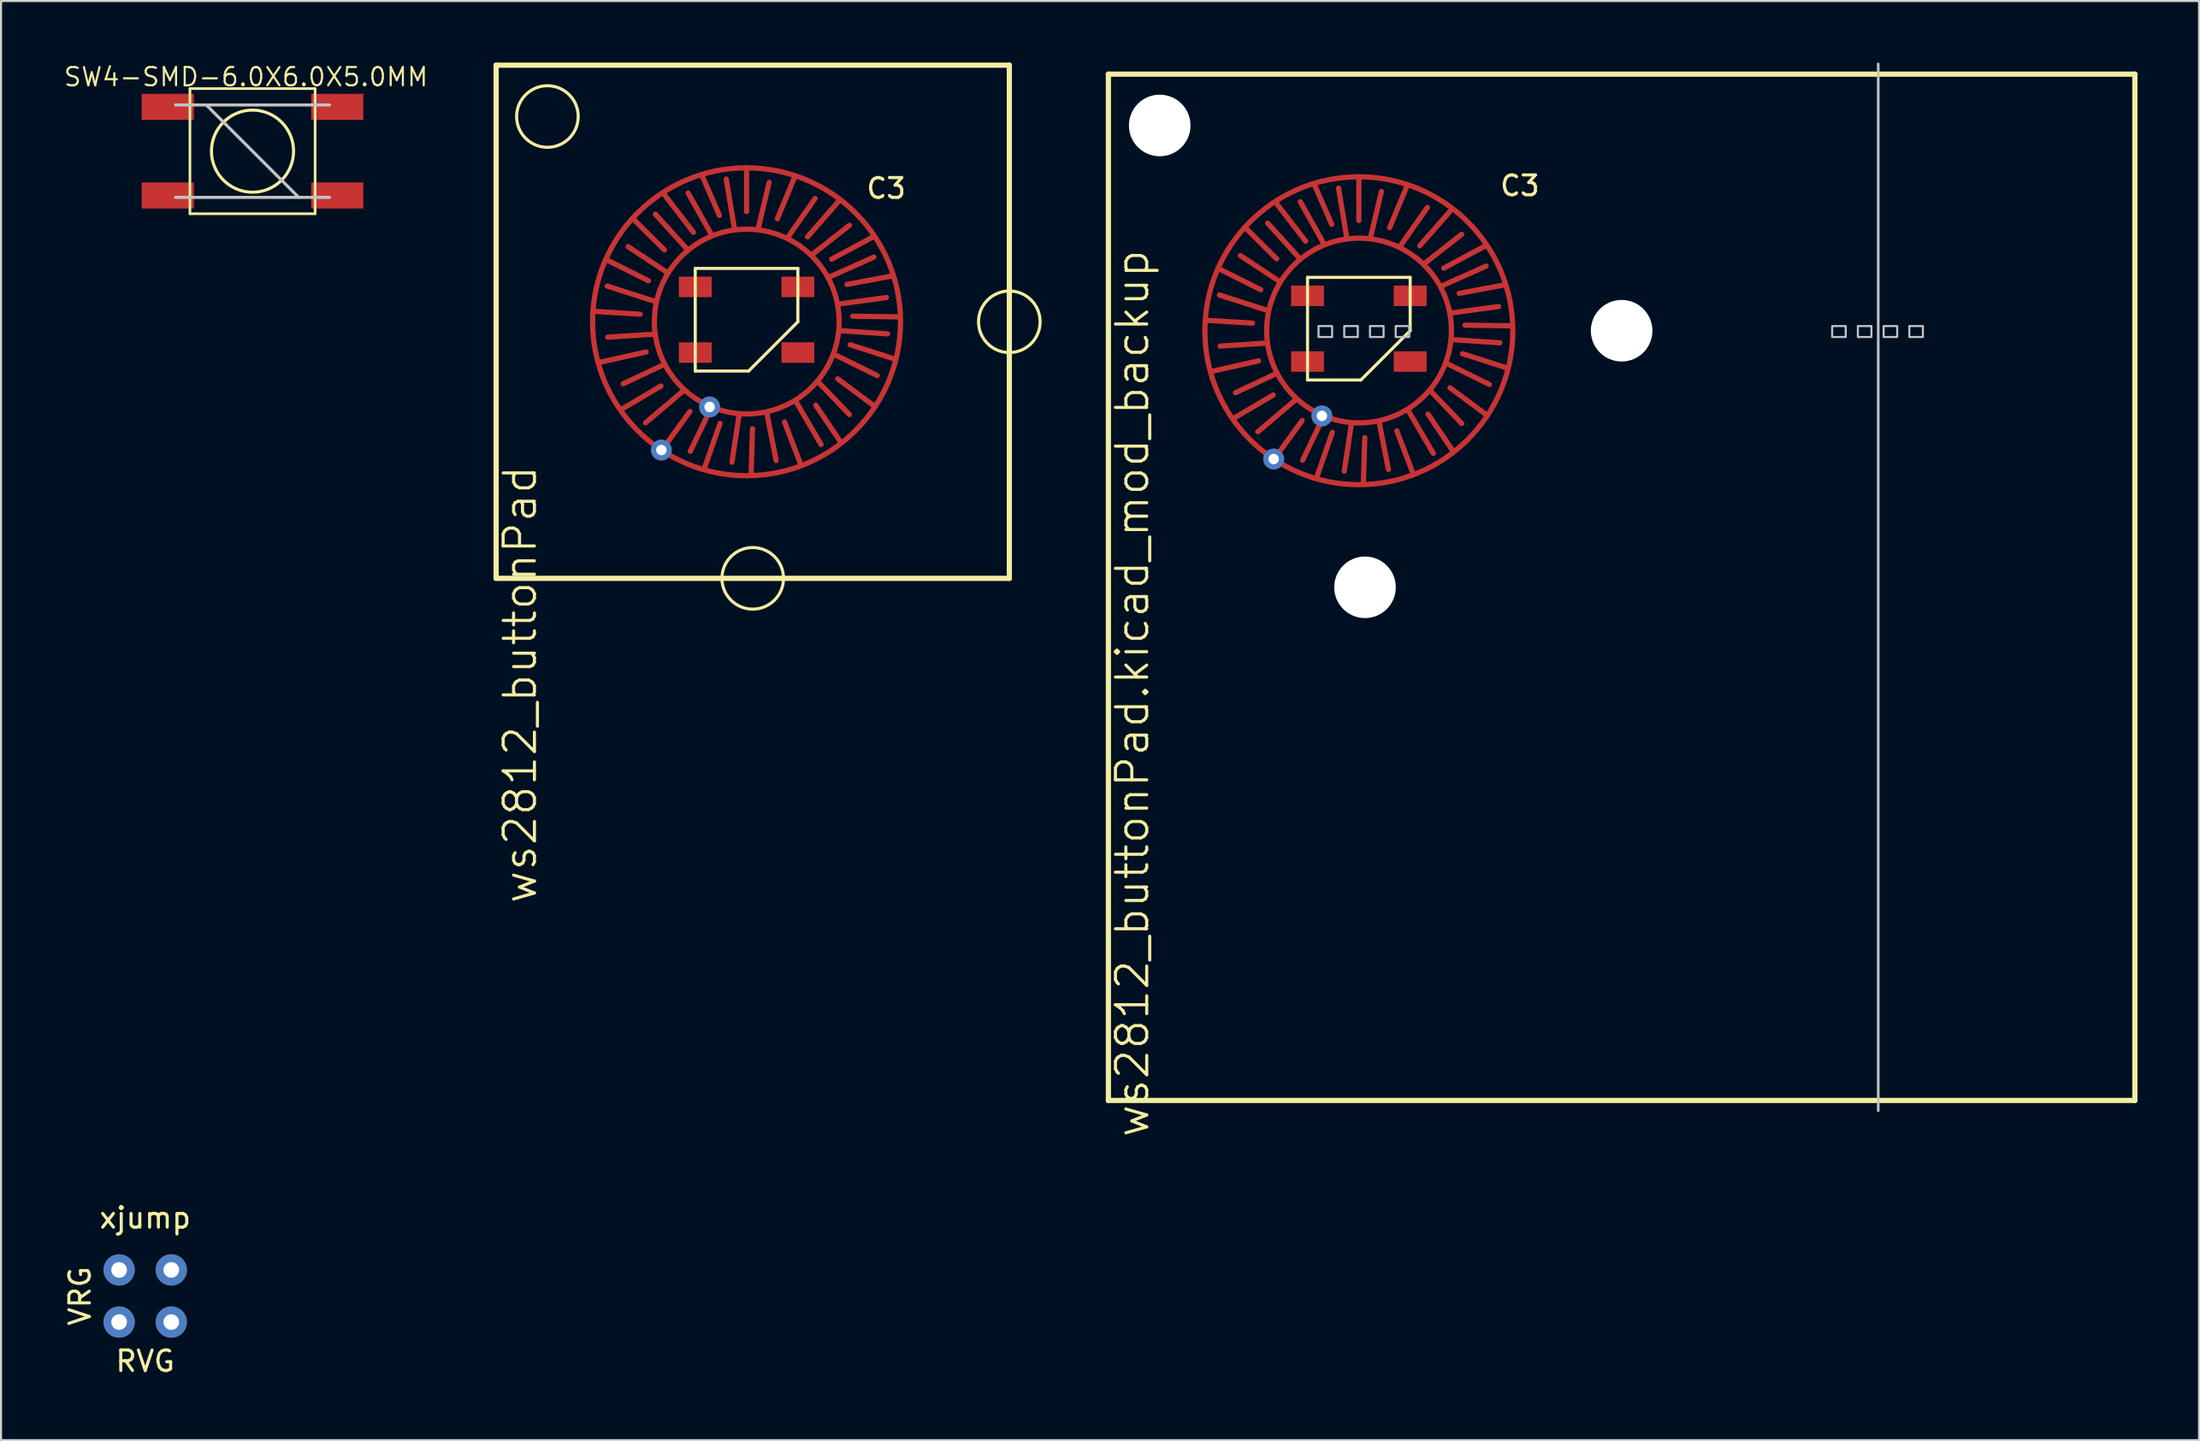
<source format=kicad_pcb>
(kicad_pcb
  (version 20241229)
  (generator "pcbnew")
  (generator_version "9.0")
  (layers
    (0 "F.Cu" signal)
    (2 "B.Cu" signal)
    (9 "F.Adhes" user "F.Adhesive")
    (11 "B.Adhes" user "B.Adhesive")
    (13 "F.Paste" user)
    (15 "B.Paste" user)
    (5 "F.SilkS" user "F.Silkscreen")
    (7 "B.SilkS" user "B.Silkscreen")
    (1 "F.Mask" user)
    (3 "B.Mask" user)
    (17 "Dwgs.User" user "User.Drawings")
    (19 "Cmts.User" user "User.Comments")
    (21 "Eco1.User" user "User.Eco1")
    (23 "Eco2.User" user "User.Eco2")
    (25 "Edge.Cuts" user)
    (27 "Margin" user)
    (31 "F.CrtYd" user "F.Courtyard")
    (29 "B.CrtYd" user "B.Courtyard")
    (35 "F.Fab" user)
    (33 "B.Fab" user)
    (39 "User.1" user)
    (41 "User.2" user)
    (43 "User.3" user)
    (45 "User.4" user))
  (footprint "ws2812_buttonPad.kicad_mod_backup"
    (layer "F.Cu")
    (at 50.94 50.563)
    (property "Reference" "ws2812_buttonPad.kicad_mod_backup" (at 1.17 -19.83 90) (layer "F.SilkS") (effects (font (size 1.524 1.524) (thickness 0.15))))
    (attr through_hole)
    (fp_line (start 4.73 -38.01) (end 7.02 -37.87) (stroke (width 0.254) (type solid)) (layer "F.Cu"))
    (fp_line (start 5.36 -40.53) (end 7.42 -39.5) (stroke (width 0.254) (type solid)) (layer "F.Cu"))
    (fp_line (start 5.41 -39.24) (end 7.78 -38.48) (stroke (width 0.254) (type solid)) (layer "F.Cu"))
    (fp_line (start 5.44 -36.75) (end 7.74 -36.9) (stroke (width 0.254) (type solid)) (layer "F.Cu"))
    (fp_line (start 6.08 -33.22) (end 8.03 -34.37) (stroke (width 0.254) (type solid)) (layer "F.Cu"))
    (fp_line (start 6.19 -34.48) (end 8.19 -35.42) (stroke (width 0.254) (type solid)) (layer "F.Cu"))
    (fp_line (start 6.43 -41.16) (end 8.29 -39.93) (stroke (width 0.254) (type solid)) (layer "F.Cu"))
    (fp_line (start 6.68 -42.51) (end 8.2 -41) (stroke (width 0.254) (type solid)) (layer "F.Cu"))
    (fp_line (start 7.31 -36.03) (end 5.03 -35.52) (stroke (width 0.254) (type solid)) (layer "F.Cu"))
    (fp_line (start 7.76 -42.74) (end 9.32 -41.02) (stroke (width 0.254) (type solid)) (layer "F.Cu"))
    (fp_line (start 8.16 -43.74) (end 9.61 -41.86) (stroke (width 0.254) (type solid)) (layer "F.Cu"))
    (fp_line (start 9.15 -34.16) (end 7.28 -32.58) (stroke (width 0.254) (type solid)) (layer "F.Cu"))
    (fp_line (start 9.35 -43.78) (end 10.46 -41.8) (stroke (width 0.254) (type solid)) (layer "F.Cu"))
    (fp_line (start 9.44 -33.13) (end 8.1 -31.28) (stroke (width 0.254) (type solid)) (layer "F.Cu"))
    (fp_line (start 9.46 -31.19) (end 10.45 -33.25) (stroke (width 0.254) (type solid)) (layer "F.Cu"))
    (fp_line (start 10.88 -42.68) (end 10.02 -44.65) (stroke (width 0.254) (type solid)) (layer "F.Cu"))
    (fp_line (start 10.91 -32.55) (end 10.15 -30.37) (stroke (width 0.254) (type solid)) (layer "F.Cu"))
    (fp_line (start 11.49 -30.66) (end 11.84 -32.99) (stroke (width 0.254) (type solid)) (layer "F.Cu"))
    (fp_line (start 11.62 -41.98) (end 11.21 -44.45) (stroke (width 0.254) (type solid)) (layer "F.Cu"))
    (fp_line (start 12.2 -42.87) (end 12.2 -44.99) (stroke (width 0.254) (type solid)) (layer "F.Cu"))
    (fp_line (start 12.49 -32.29) (end 12.42 -30.06) (stroke (width 0.254) (type solid)) (layer "F.Cu"))
    (fp_line (start 12.76 -42.01) (end 13.3 -44.29) (stroke (width 0.254) (type solid)) (layer "F.Cu"))
    (fp_line (start 13.64 -30.74) (end 13.18 -33.09) (stroke (width 0.254) (type solid)) (layer "F.Cu"))
    (fp_line (start 13.7 -42.52) (end 14.54 -44.54) (stroke (width 0.254) (type solid)) (layer "F.Cu"))
    (fp_line (start 14.05 -32.62) (end 14.83 -30.57) (stroke (width 0.254) (type solid)) (layer "F.Cu"))
    (fp_line (start 14.2 -41.6) (end 15.54 -43.51) (stroke (width 0.254) (type solid)) (layer "F.Cu"))
    (fp_line (start 15.39 -40.77) (end 17.21 -42.2) (stroke (width 0.254) (type solid)) (layer "F.Cu"))
    (fp_line (start 15.57 -33.44) (end 16.77 -31.66) (stroke (width 0.254) (type solid)) (layer "F.Cu"))
    (fp_line (start 15.66 -34.6) (end 17.21 -32.98) (stroke (width 0.254) (type solid)) (layer "F.Cu"))
    (fp_line (start 15.83 -31.52) (end 14.58 -33.66) (stroke (width 0.254) (type solid)) (layer "F.Cu"))
    (fp_line (start 16.23 -39.68) (end 18.4 -40.65) (stroke (width 0.254) (type solid)) (layer "F.Cu"))
    (fp_line (start 16.34 -40.55) (end 18.37 -41.64) (stroke (width 0.254) (type solid)) (layer "F.Cu"))
    (fp_line (start 16.43 -35.93) (end 18.56 -34.88) (stroke (width 0.254) (type solid)) (layer "F.Cu"))
    (fp_line (start 16.64 -34.72) (end 18.39 -33.42) (stroke (width 0.254) (type solid)) (layer "F.Cu"))
    (fp_line (start 16.67 -38.36) (end 19.01 -38.68) (stroke (width 0.254) (type solid)) (layer "F.Cu"))
    (fp_line (start 16.71 -37.07) (end 19.07 -36.91) (stroke (width 0.254) (type solid)) (layer "F.Cu"))
    (fp_line (start 16.73 -43.42) (end 15.17 -41.64) (stroke (width 0.254) (type solid)) (layer "F.Cu"))
    (fp_line (start 17.09 -39.32) (end 19.33 -39.74) (stroke (width 0.254) (type solid)) (layer "F.Cu"))
    (fp_line (start 17.25 -36.38) (end 19.37 -35.7) (stroke (width 0.254) (type solid)) (layer "F.Cu"))
    (fp_line (start 17.37 -37.77) (end 19.66 -37.74) (stroke (width 0.254) (type solid)) (layer "F.Cu"))
    (fp_circle (center 12.2 -37.5) (end 19.7 -37.5) (stroke (width 0.254) (type solid)) (fill no) (layer "F.Cu"))
    (fp_circle (center 12.21 -37.51) (end 16.71 -37.51) (stroke (width 0.254) (type solid)) (fill no) (layer "F.Cu"))
    (fp_circle (center 12.2 -37.5) (end 18.224 -37.529) (stroke (width 3) (type solid)) (fill no) (layer "F.Mask"))
    (fp_circle (center 12.2 -37.5) (end 18.224 -37.529) (stroke (width 3) (type solid)) (fill no) (layer "F.Mask"))
    (fp_line (start 0 -50) (end 50 -50) (stroke (width 0.254) (type solid)) (layer "F.SilkS"))
    (fp_line (start 0 0) (end 0 -50) (stroke (width 0.254) (type solid)) (layer "F.SilkS"))
    (fp_line (start 9.7 -40.1) (end 9.7 -35.1) (stroke (width 0.15) (type solid)) (layer "F.SilkS"))
    (fp_line (start 9.7 -35.1) (end 12.3 -35.1) (stroke (width 0.15) (type solid)) (layer "F.SilkS"))
    (fp_line (start 12.3 -35.1) (end 14.7 -37.5) (stroke (width 0.15) (type solid)) (layer "F.SilkS"))
    (fp_line (start 14.7 -40.1) (end 9.7 -40.1) (stroke (width 0.15) (type solid)) (layer "F.SilkS"))
    (fp_line (start 14.7 -37.5) (end 14.7 -40.1) (stroke (width 0.15) (type solid)) (layer "F.SilkS"))
    (fp_line (start 50 -50) (end 50 0) (stroke (width 0.254) (type solid)) (layer "F.SilkS"))
    (fp_line (start 50 0) (end 0 0) (stroke (width 0.254) (type solid)) (layer "F.SilkS"))
    (fp_line (start 37.5 0.5) (end 37.5 -50.5) (stroke (width 0.127) (type solid)) (layer "Dwgs.User"))
    (fp_poly (pts (xy 10.236 -37.193) (xy 10.897 -37.193) (xy 10.897 -37.727) (xy 10.236 -37.727)) (stroke (width 0.1) (type solid)) (fill no) (layer "Dwgs.User"))
    (fp_poly (pts (xy 11.488 -37.193) (xy 12.149 -37.193) (xy 12.149 -37.727) (xy 11.488 -37.727)) (stroke (width 0.1) (type solid)) (fill no) (layer "Dwgs.User"))
    (fp_poly (pts (xy 12.743 -37.193) (xy 13.404 -37.193) (xy 13.404 -37.727) (xy 12.743 -37.727)) (stroke (width 0.1) (type solid)) (fill no) (layer "Dwgs.User"))
    (fp_poly (pts (xy 13.995 -37.193) (xy 14.656 -37.193) (xy 14.656 -37.727) (xy 13.995 -37.727)) (stroke (width 0.1) (type solid)) (fill no) (layer "Dwgs.User"))
    (fp_poly (pts (xy 35.255 -37.193) (xy 35.916 -37.193) (xy 35.916 -37.727) (xy 35.255 -37.727)) (stroke (width 0.1) (type solid)) (fill no) (layer "Dwgs.User"))
    (fp_poly (pts (xy 36.507 -37.193) (xy 37.168 -37.193) (xy 37.168 -37.727) (xy 36.507 -37.727)) (stroke (width 0.1) (type solid)) (fill no) (layer "Dwgs.User"))
    (fp_poly (pts (xy 37.762 -37.193) (xy 38.423 -37.193) (xy 38.423 -37.727) (xy 37.762 -37.727)) (stroke (width 0.1) (type solid)) (fill no) (layer "Dwgs.User"))
    (fp_poly (pts (xy 39.014 -37.193) (xy 39.675 -37.193) (xy 39.675 -37.727) (xy 39.014 -37.727)) (stroke (width 0.1) (type solid)) (fill no) (layer "Dwgs.User"))
    (fp_text user "C3" (at 19 -44 0) (layer "F.SilkS") (effects (font (size 0.965 0.965) (thickness 0.152)) (justify left bottom)))
    (pad "" np_thru_hole circle (at 2.5 -47.5) (size 3 3) (drill 3) (layers "*.Cu"))
    (pad "" np_thru_hole circle (at 12.5 -25) (size 3 3) (drill 3) (layers "*.Cu"))
    (pad "" np_thru_hole circle (at 25 -37.5) (size 3 3) (drill 3) (layers "*.Cu"))
    (pad "1" smd rect (at 9.7 -39.2) (size 1.6 1) (layers "F.Cu" "F.Mask" "F.Paste"))
    (pad "2" smd rect (at 9.7 -36) (size 1.6 1) (layers "F.Cu" "F.Mask" "F.Paste"))
    (pad "3" smd rect (at 14.7 -36) (size 1.6 1) (layers "F.Cu" "F.Mask" "F.Paste"))
    (pad "4" smd rect (at 14.7 -39.2) (size 1.6 1) (layers "F.Cu" "F.Mask" "F.Paste"))
    (pad "5" thru_hole circle (at 8.05 -31.25) (size 1.016 1.016) (drill 0.508) (layers "*.Cu" "*.Mask"))
    (pad "6" thru_hole circle (at 10.4 -33.35) (size 1.016 1.016) (drill 0.508) (layers "*.Cu" "*.Mask")))
  (footprint "SW4-SMD-6.0X6.0X5.0MM"
    (layer "F.Cu")
    (at 9.25 4.315)
    (property "Reference" "SW4-SMD-6.0X6.0X5.0MM" (at -0.318 -3.617 0) (layer "F.SilkS") (effects (font (size 0.889 0.889) (thickness 0.102))))
    (attr smd)
    (fp_line (start -3.048 -3.048) (end 3.048 -3.048) (stroke (width 0.066) (type solid)) (layer "F.SilkS"))
    (fp_line (start -3.048 -3.048) (end 3.048 -3.048) (stroke (width 0.127) (type solid)) (layer "F.SilkS"))
    (fp_line (start -3.048 3.048) (end -3.048 -3.048) (stroke (width 0.066) (type solid)) (layer "F.SilkS"))
    (fp_line (start -3.048 3.048) (end -3.048 -3.048) (stroke (width 0.127) (type solid)) (layer "F.SilkS"))
    (fp_line (start -3.048 3.048) (end 3.048 3.048) (stroke (width 0.066) (type solid)) (layer "F.SilkS"))
    (fp_line (start 3.048 -3.048) (end 3.048 3.048) (stroke (width 0.127) (type solid)) (layer "F.SilkS"))
    (fp_line (start 3.048 3.048) (end -3.048 3.048) (stroke (width 0.127) (type solid)) (layer "F.SilkS"))
    (fp_line (start 3.048 3.048) (end 3.048 -3.048) (stroke (width 0.066) (type solid)) (layer "F.SilkS"))
    (fp_circle (center 0 0) (end 2 0) (stroke (width 0.15) (type solid)) (fill no) (layer "F.SilkS"))
    (fp_line (start -3.75 -2.25) (end 3.75 -2.25) (stroke (width 0.15) (type solid)) (layer "Dwgs.User"))
    (fp_line (start -3.75 2.25) (end 3.75 2.25) (stroke (width 0.15) (type solid)) (layer "Dwgs.User"))
    (fp_line (start -2.25 -2.25) (end 2.25 2.25) (stroke (width 0.15) (type solid)) (layer "Dwgs.User"))
    (pad "1" smd rect (at -4.128 -2.159) (size 2.54 1.27) (layers "F.Cu" "F.Mask" "F.Paste"))
    (pad "1" smd rect (at 4.128 -2.159) (size 2.54 1.27) (layers "F.Cu" "F.Mask" "F.Paste"))
    (pad "2" smd rect (at -4.128 2.159) (size 2.54 1.27) (layers "F.Cu" "F.Mask" "F.Paste"))
    (pad "2" smd rect (at 4.128 2.159) (size 2.54 1.27) (layers "F.Cu" "F.Mask" "F.Paste")))
  (footprint "xjump"
    (layer "F.Cu")
    (at 4.023 60.091)
    (property "Reference" "xjump" (at 0 -3.81 0) (layer "F.SilkS") (effects (font (size 1 1) (thickness 0.15))))
    (attr through_hole)
    (fp_text user "RVG" (at 0 3.175 0) (layer "F.SilkS") (effects (font (size 1 1) (thickness 0.15))))
    (fp_text user "VRG" (at -3.175 0 90) (layer "F.SilkS") (effects (font (size 1 1) (thickness 0.15))))
    (pad "1" thru_hole circle (at 1.27 -1.27) (size 1.524 1.524) (drill 0.762) (layers "*.Cu" "*.Mask"))
    (pad "2" thru_hole circle (at 1.27 1.27) (size 1.524 1.524) (drill 0.762) (layers "*.Cu" "*.Mask"))
    (pad "3" thru_hole circle (at -1.27 -1.27) (size 1.524 1.524) (drill 0.762) (layers "*.Cu" "*.Mask"))
    (pad "4" thru_hole circle (at -1.27 1.27) (size 1.524 1.524) (drill 0.762) (layers "*.Cu" "*.Mask")))
  (footprint "ws2812_buttonPad"
    (layer "F.Cu")
    (at 21.115 50.127)
    (property "Reference" "ws2812_buttonPad" (at 1.17 -19.83 90) (layer "F.SilkS") (effects (font (size 1.524 1.524) (thickness 0.15))))
    (attr through_hole)
    (fp_line (start 4.73 -38.01) (end 7.02 -37.87) (stroke (width 0.254) (type solid)) (layer "F.Cu"))
    (fp_line (start 5.36 -40.53) (end 7.42 -39.5) (stroke (width 0.254) (type solid)) (layer "F.Cu"))
    (fp_line (start 5.41 -39.24) (end 7.78 -38.48) (stroke (width 0.254) (type solid)) (layer "F.Cu"))
    (fp_line (start 5.44 -36.75) (end 7.74 -36.9) (stroke (width 0.254) (type solid)) (layer "F.Cu"))
    (fp_line (start 6.08 -33.22) (end 8.03 -34.37) (stroke (width 0.254) (type solid)) (layer "F.Cu"))
    (fp_line (start 6.19 -34.48) (end 8.19 -35.42) (stroke (width 0.254) (type solid)) (layer "F.Cu"))
    (fp_line (start 6.43 -41.16) (end 8.29 -39.93) (stroke (width 0.254) (type solid)) (layer "F.Cu"))
    (fp_line (start 6.68 -42.51) (end 8.2 -41) (stroke (width 0.254) (type solid)) (layer "F.Cu"))
    (fp_line (start 7.31 -36.03) (end 5.03 -35.52) (stroke (width 0.254) (type solid)) (layer "F.Cu"))
    (fp_line (start 7.76 -42.74) (end 9.32 -41.02) (stroke (width 0.254) (type solid)) (layer "F.Cu"))
    (fp_line (start 8.16 -43.74) (end 9.61 -41.86) (stroke (width 0.254) (type solid)) (layer "F.Cu"))
    (fp_line (start 9.15 -34.16) (end 7.28 -32.58) (stroke (width 0.254) (type solid)) (layer "F.Cu"))
    (fp_line (start 9.35 -43.78) (end 10.46 -41.8) (stroke (width 0.254) (type solid)) (layer "F.Cu"))
    (fp_line (start 9.44 -33.13) (end 8.1 -31.28) (stroke (width 0.254) (type solid)) (layer "F.Cu"))
    (fp_line (start 9.46 -31.19) (end 10.45 -33.25) (stroke (width 0.254) (type solid)) (layer "F.Cu"))
    (fp_line (start 10.88 -42.68) (end 10.02 -44.65) (stroke (width 0.254) (type solid)) (layer "F.Cu"))
    (fp_line (start 10.91 -32.55) (end 10.15 -30.37) (stroke (width 0.254) (type solid)) (layer "F.Cu"))
    (fp_line (start 11.49 -30.66) (end 11.84 -32.99) (stroke (width 0.254) (type solid)) (layer "F.Cu"))
    (fp_line (start 11.62 -41.98) (end 11.21 -44.45) (stroke (width 0.254) (type solid)) (layer "F.Cu"))
    (fp_line (start 12.2 -42.87) (end 12.2 -44.99) (stroke (width 0.254) (type solid)) (layer "F.Cu"))
    (fp_line (start 12.49 -32.29) (end 12.42 -30.06) (stroke (width 0.254) (type solid)) (layer "F.Cu"))
    (fp_line (start 12.76 -42.01) (end 13.3 -44.29) (stroke (width 0.254) (type solid)) (layer "F.Cu"))
    (fp_line (start 13.64 -30.74) (end 13.18 -33.09) (stroke (width 0.254) (type solid)) (layer "F.Cu"))
    (fp_line (start 13.7 -42.52) (end 14.54 -44.54) (stroke (width 0.254) (type solid)) (layer "F.Cu"))
    (fp_line (start 14.05 -32.62) (end 14.83 -30.57) (stroke (width 0.254) (type solid)) (layer "F.Cu"))
    (fp_line (start 14.2 -41.6) (end 15.54 -43.51) (stroke (width 0.254) (type solid)) (layer "F.Cu"))
    (fp_line (start 15.39 -40.77) (end 17.21 -42.2) (stroke (width 0.254) (type solid)) (layer "F.Cu"))
    (fp_line (start 15.57 -33.44) (end 16.77 -31.66) (stroke (width 0.254) (type solid)) (layer "F.Cu"))
    (fp_line (start 15.66 -34.6) (end 17.21 -32.98) (stroke (width 0.254) (type solid)) (layer "F.Cu"))
    (fp_line (start 15.83 -31.52) (end 14.58 -33.66) (stroke (width 0.254) (type solid)) (layer "F.Cu"))
    (fp_line (start 16.23 -39.68) (end 18.4 -40.65) (stroke (width 0.254) (type solid)) (layer "F.Cu"))
    (fp_line (start 16.34 -40.55) (end 18.37 -41.64) (stroke (width 0.254) (type solid)) (layer "F.Cu"))
    (fp_line (start 16.43 -35.93) (end 18.56 -34.88) (stroke (width 0.254) (type solid)) (layer "F.Cu"))
    (fp_line (start 16.64 -34.72) (end 18.39 -33.42) (stroke (width 0.254) (type solid)) (layer "F.Cu"))
    (fp_line (start 16.67 -38.36) (end 19.01 -38.68) (stroke (width 0.254) (type solid)) (layer "F.Cu"))
    (fp_line (start 16.71 -37.07) (end 19.07 -36.91) (stroke (width 0.254) (type solid)) (layer "F.Cu"))
    (fp_line (start 16.73 -43.42) (end 15.17 -41.64) (stroke (width 0.254) (type solid)) (layer "F.Cu"))
    (fp_line (start 17.09 -39.32) (end 19.33 -39.74) (stroke (width 0.254) (type solid)) (layer "F.Cu"))
    (fp_line (start 17.25 -36.38) (end 19.37 -35.7) (stroke (width 0.254) (type solid)) (layer "F.Cu"))
    (fp_line (start 17.37 -37.77) (end 19.66 -37.74) (stroke (width 0.254) (type solid)) (layer "F.Cu"))
    (fp_circle (center 12.2 -37.5) (end 19.7 -37.5) (stroke (width 0.254) (type solid)) (fill no) (layer "F.Cu"))
    (fp_circle (center 12.21 -37.51) (end 16.71 -37.51) (stroke (width 0.254) (type solid)) (fill no) (layer "F.Cu"))
    (fp_circle (center 12.2 -37.5) (end 18.224 -37.529) (stroke (width 3) (type solid)) (fill no) (layer "F.Mask"))
    (fp_circle (center 12.2 -37.5) (end 18.224 -37.529) (stroke (width 3) (type solid)) (fill no) (layer "F.Mask"))
    (fp_line (start 0 -50) (end 25 -50) (stroke (width 0.254) (type solid)) (layer "F.SilkS"))
    (fp_line (start 0 -25) (end 0 -50) (stroke (width 0.254) (type solid)) (layer "F.SilkS"))
    (fp_line (start 9.7 -40.1) (end 9.7 -35.1) (stroke (width 0.15) (type solid)) (layer "F.SilkS"))
    (fp_line (start 9.7 -35.1) (end 12.3 -35.1) (stroke (width 0.15) (type solid)) (layer "F.SilkS"))
    (fp_line (start 12.3 -35.1) (end 14.7 -37.5) (stroke (width 0.15) (type solid)) (layer "F.SilkS"))
    (fp_line (start 14.7 -40.1) (end 9.7 -40.1) (stroke (width 0.15) (type solid)) (layer "F.SilkS"))
    (fp_line (start 14.7 -37.5) (end 14.7 -40.1) (stroke (width 0.15) (type solid)) (layer "F.SilkS"))
    (fp_line (start 25 -50) (end 25 -25) (stroke (width 0.254) (type solid)) (layer "F.SilkS"))
    (fp_line (start 25 -25) (end 0 -25) (stroke (width 0.254) (type solid)) (layer "F.SilkS"))
    (fp_circle (center 2.5 -47.5) (end 2.5 -46) (stroke (width 0.15) (type solid)) (fill no) (layer "F.SilkS"))
    (fp_circle (center 12.5 -25) (end 12.5 -23.5) (stroke (width 0.15) (type solid)) (fill no) (layer "F.SilkS"))
    (fp_circle (center 25 -37.5) (end 26.5 -37.5) (stroke (width 0.15) (type solid)) (fill no) (layer "F.SilkS"))
    (fp_text user "C3" (at 19 -44 0) (layer "F.SilkS") (effects (font (size 0.965 0.965) (thickness 0.152))))
    (pad "1" smd rect (at 9.7 -39.2) (size 1.6 1) (layers "F.Cu" "F.Mask" "F.Paste"))
    (pad "2" smd rect (at 9.7 -36) (size 1.6 1) (layers "F.Cu" "F.Mask" "F.Paste"))
    (pad "3" smd rect (at 14.7 -36) (size 1.6 1) (layers "F.Cu" "F.Mask" "F.Paste"))
    (pad "4" smd rect (at 14.7 -39.2) (size 1.6 1) (layers "F.Cu" "F.Mask" "F.Paste"))
    (pad "5" thru_hole circle (at 8.05 -31.25) (size 1.016 1.016) (drill 0.508) (layers "*.Cu" "*.Mask"))
    (pad "6" thru_hole circle (at 10.4 -33.35) (size 1.016 1.016) (drill 0.508) (layers "*.Cu" "*.Mask")))
  (gr_rect
    (start -3 -3)
    (end 104.067 67.114)
    (stroke (width 0.1) (type default))
    (fill no)
    (layer "Edge.Cuts")))
</source>
